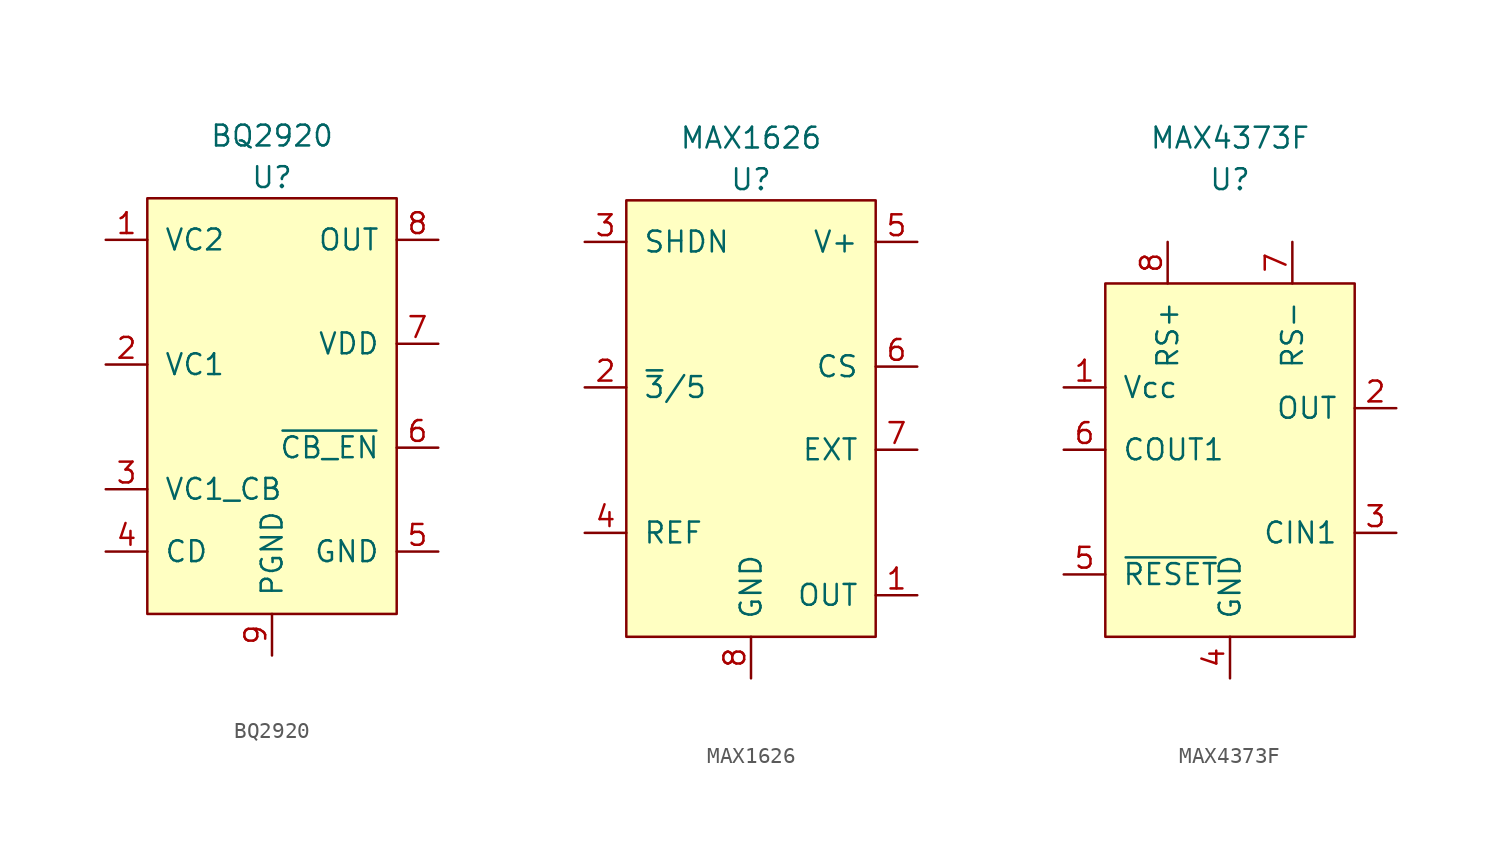
<source format=kicad_sym>
(kicad_symbol_lib
  (version 20211014)
  (generator kicad_symbol_editor)
  (symbol "BQ2920"
    (pin_names
      (offset 1.016))
    (property "Reference" "U"
      (at 0 1.27 0)
      (effects (font (size 1.27 1.27))))
    (property "Value" "BQ2920"
      (at 0 3.81 0)
      (effects (font (size 1.27 1.27))))
    (symbol "BQ2920_0_1"
      (rectangle (start -7.62 0) (end 7.62 -25.4) (stroke (width 0) (type default) (color 0 0 0 0)) (fill (type background))))
    (symbol "BQ2920_1_1"
      (pin input line (at -10.16 -2.54 0) (length 2.54) (name "VC2" (effects (font (size 1.27 1.27)))) (number "1" (effects (font (size 1.27 1.27)))))
      (pin input line (at -10.16 -10.16 0) (length 2.54) (name "VC1" (effects (font (size 1.27 1.27)))) (number "2" (effects (font (size 1.27 1.27)))))
      (pin input line (at -10.16 -17.78 0) (length 2.54) (name "VC1_CB" (effects (font (size 1.27 1.27)))) (number "3" (effects (font (size 1.27 1.27)))))
      (pin input line (at -10.16 -21.59 0) (length 2.54) (name "CD" (effects (font (size 1.27 1.27)))) (number "4" (effects (font (size 1.27 1.27)))))
      (pin input line (at 10.16 -21.59 180) (length 2.54) (name "GND" (effects (font (size 1.27 1.27)))) (number "5" (effects (font (size 1.27 1.27)))))
      (pin input line (at 10.16 -15.24 180) (length 2.54) (name "~{CB_EN}" (effects (font (size 1.27 1.27)))) (number "6" (effects (font (size 1.27 1.27)))))
      (pin input line (at 10.16 -8.89 180) (length 2.54) (name "VDD" (effects (font (size 1.27 1.27)))) (number "7" (effects (font (size 1.27 1.27)))))
      (pin input line (at 10.16 -2.54 180) (length 2.54) (name "OUT" (effects (font (size 1.27 1.27)))) (number "8" (effects (font (size 1.27 1.27)))))
      (pin input line (at 0 -27.94 90) (length 2.54) (name "PGND" (effects (font (size 1.27 1.27)))) (number "9" (effects (font (size 1.27 1.27)))))))
  (symbol "MAX1626"
    (pin_names
      (offset 1.016))
    (property "Reference" "U"
      (at 0 1.27 0)
      (effects (font (size 1.27 1.27))))
    (property "Value" "MAX1626"
      (at 0 3.81 0)
      (effects (font (size 1.27 1.27))))
    (symbol "MAX1626_0_1"
      (rectangle (start -7.62 0) (end 7.62 -26.67) (stroke (width 0) (type default) (color 0 0 0 0)) (fill (type background))))
    (symbol "MAX1626_1_1"
      (pin input line (at 10.16 -24.13 180) (length 2.54) (name "OUT" (effects (font (size 1.27 1.27)))) (number "1" (effects (font (size 1.27 1.27)))))
      (pin input line (at -10.16 -11.43 0) (length 2.54) (name "~{3}/5" (effects (font (size 1.27 1.27)))) (number "2" (effects (font (size 1.27 1.27)))))
      (pin input line (at -10.16 -2.54 0) (length 2.54) (name "SHDN" (effects (font (size 1.27 1.27)))) (number "3" (effects (font (size 1.27 1.27)))))
      (pin input line (at -10.16 -20.32 0) (length 2.54) (name "REF" (effects (font (size 1.27 1.27)))) (number "4" (effects (font (size 1.27 1.27)))))
      (pin input line (at 10.16 -2.54 180) (length 2.54) (name "V+" (effects (font (size 1.27 1.27)))) (number "5" (effects (font (size 1.27 1.27)))))
      (pin input line (at 10.16 -10.16 180) (length 2.54) (name "CS" (effects (font (size 1.27 1.27)))) (number "6" (effects (font (size 1.27 1.27)))))
      (pin input line (at 10.16 -15.24 180) (length 2.54) (name "EXT" (effects (font (size 1.27 1.27)))) (number "7" (effects (font (size 1.27 1.27)))))
      (pin input line (at 0 -29.21 90) (length 2.54) (name "GND" (effects (font (size 1.27 1.27)))) (number "8" (effects (font (size 1.27 1.27)))))))
  (symbol "MAX4373F"
    (pin_names
      (offset 1.016))
    (property "Reference" "U"
      (at 0 3.81 0)
      (effects (font (size 1.27 1.27))))
    (property "Value" "MAX4373F"
      (at 0 6.35 0)
      (effects (font (size 1.27 1.27))))
    (symbol "MAX4373F_0_1"
      (rectangle (start -7.62 -2.54) (end 7.62 -24.13) (stroke (width 0) (type default) (color 0 0 0 0)) (fill (type background))))
    (symbol "MAX4373F_1_1"
      (pin input line (at -10.16 -8.89 0) (length 2.54) (name "Vcc" (effects (font (size 1.27 1.27)))) (number "1" (effects (font (size 1.27 1.27)))))
      (pin input line (at 10.16 -10.16 180) (length 2.54) (name "OUT" (effects (font (size 1.27 1.27)))) (number "2" (effects (font (size 1.27 1.27)))))
      (pin input line (at 10.16 -17.78 180) (length 2.54) (name "CIN1" (effects (font (size 1.27 1.27)))) (number "3" (effects (font (size 1.27 1.27)))))
      (pin input line (at 0 -26.67 90) (length 2.54) (name "GND" (effects (font (size 1.27 1.27)))) (number "4" (effects (font (size 1.27 1.27)))))
      (pin input line (at -10.16 -20.32 0) (length 2.54) (name "~{RESET}" (effects (font (size 1.27 1.27)))) (number "5" (effects (font (size 1.27 1.27)))))
      (pin input line (at -10.16 -12.7 0) (length 2.54) (name "COUT1" (effects (font (size 1.27 1.27)))) (number "6" (effects (font (size 1.27 1.27)))))
      (pin input line (at 3.81 0 270) (length 2.54) (name "RS-" (effects (font (size 1.27 1.27)))) (number "7" (effects (font (size 1.27 1.27)))))
      (pin input line (at -3.81 0 270) (length 2.54) (name "RS+" (effects (font (size 1.27 1.27)))) (number "8" (effects (font (size 1.27 1.27))))))))
</source>
